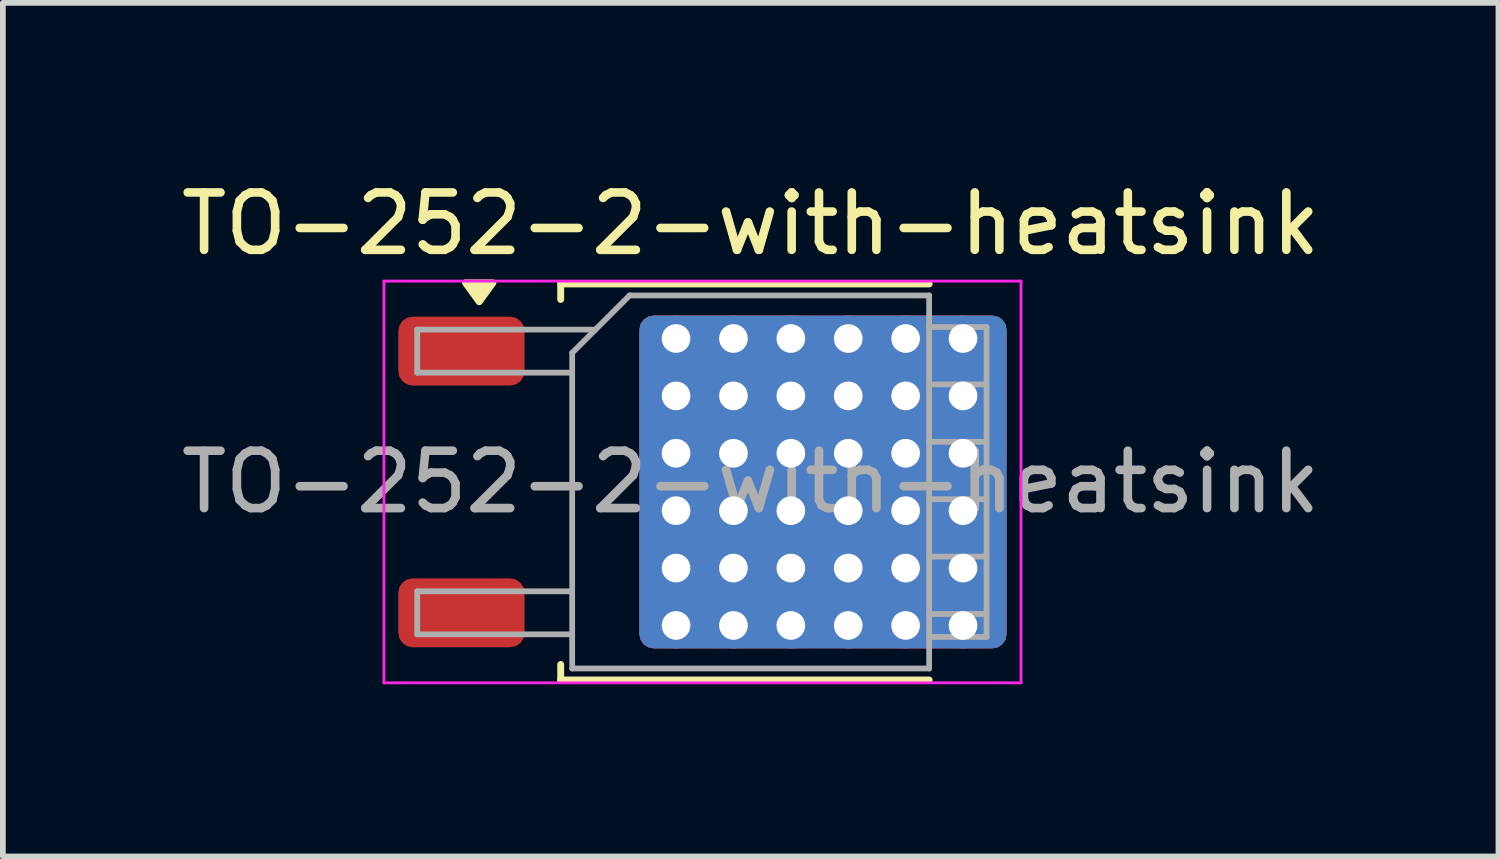
<source format=kicad_pcb>
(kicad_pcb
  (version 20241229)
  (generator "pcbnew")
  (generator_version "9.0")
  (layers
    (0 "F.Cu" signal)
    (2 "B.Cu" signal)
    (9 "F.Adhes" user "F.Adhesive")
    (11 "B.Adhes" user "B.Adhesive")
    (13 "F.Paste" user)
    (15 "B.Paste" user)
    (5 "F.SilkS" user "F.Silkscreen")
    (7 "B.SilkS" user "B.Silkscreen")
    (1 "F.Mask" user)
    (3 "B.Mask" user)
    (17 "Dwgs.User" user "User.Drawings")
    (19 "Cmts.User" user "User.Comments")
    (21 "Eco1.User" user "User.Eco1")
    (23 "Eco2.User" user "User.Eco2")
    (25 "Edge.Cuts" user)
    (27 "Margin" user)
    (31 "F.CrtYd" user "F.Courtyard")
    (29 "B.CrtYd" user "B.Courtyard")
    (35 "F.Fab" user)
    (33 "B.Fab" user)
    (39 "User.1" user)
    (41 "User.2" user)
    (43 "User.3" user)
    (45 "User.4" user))
  (footprint "TO-252-2-with-heatsink"
    (layer "F.Cu")
    (at 10.03 5.348)
    (property "Reference" "TO-252-2-with-heatsink" (at 0 -4.5 0) (layer "F.SilkS") (effects (font (size 1 1) (thickness 0.15))))
    (attr smd)
    (fp_line (start -3.31 -3.45) (end -3.31 -3.18) (stroke (width 0.12) (type solid)) (layer "F.SilkS"))
    (fp_line (start -3.31 3.45) (end -3.31 3.18) (stroke (width 0.12) (type solid)) (layer "F.SilkS"))
    (fp_line (start 3.11 -3.45) (end -3.31 -3.45) (stroke (width 0.12) (type solid)) (layer "F.SilkS"))
    (fp_line (start 3.11 3.45) (end -3.31 3.45) (stroke (width 0.12) (type solid)) (layer "F.SilkS"))
    (fp_poly (pts (xy -4.73 -3.14) (xy -4.97 -3.47) (xy -4.49 -3.47) (xy -4.73 -3.14)) (stroke (width 0.12) (type solid)) (fill yes) (layer "F.SilkS"))
    (fp_line (start -6.39 -3.5) (end -6.39 3.5) (stroke (width 0.05) (type solid)) (layer "F.CrtYd"))
    (fp_line (start -6.39 3.5) (end 4.71 3.5) (stroke (width 0.05) (type solid)) (layer "F.CrtYd"))
    (fp_line (start 4.71 -3.5) (end -6.39 -3.5) (stroke (width 0.05) (type solid)) (layer "F.CrtYd"))
    (fp_line (start 4.71 3.5) (end 4.71 -3.5) (stroke (width 0.05) (type solid)) (layer "F.CrtYd"))
    (fp_line (start -5.81 -2.655) (end -5.81 -1.905) (stroke (width 0.1) (type solid)) (layer "F.Fab"))
    (fp_line (start -5.81 -1.905) (end -3.11 -1.905) (stroke (width 0.1) (type solid)) (layer "F.Fab"))
    (fp_line (start -5.81 1.905) (end -5.81 2.655) (stroke (width 0.1) (type solid)) (layer "F.Fab"))
    (fp_line (start -5.81 2.655) (end -3.11 2.655) (stroke (width 0.1) (type solid)) (layer "F.Fab"))
    (fp_line (start -3.11 -2.25) (end -2.11 -3.25) (stroke (width 0.1) (type solid)) (layer "F.Fab"))
    (fp_line (start -3.11 1.905) (end -5.81 1.905) (stroke (width 0.1) (type solid)) (layer "F.Fab"))
    (fp_line (start -3.11 3.25) (end -3.11 -2.25) (stroke (width 0.1) (type solid)) (layer "F.Fab"))
    (fp_line (start -2.705 -2.655) (end -5.81 -2.655) (stroke (width 0.1) (type solid)) (layer "F.Fab"))
    (fp_line (start -2.11 -3.25) (end 3.11 -3.25) (stroke (width 0.1) (type solid)) (layer "F.Fab"))
    (fp_line (start 3.11 -3.25) (end 3.11 3.25) (stroke (width 0.1) (type solid)) (layer "F.Fab"))
    (fp_line (start 3.11 -2.7) (end 4.11 -2.7) (stroke (width 0.1) (type solid)) (layer "F.Fab"))
    (fp_line (start 3.11 -1.7) (end 4.11 -1.7) (stroke (width 0.1) (type solid)) (layer "F.Fab"))
    (fp_line (start 3.11 -0.7) (end 4.11 -0.7) (stroke (width 0.1) (type solid)) (layer "F.Fab"))
    (fp_line (start 3.11 0.3) (end 4.11 0.3) (stroke (width 0.1) (type solid)) (layer "F.Fab"))
    (fp_line (start 3.11 1.3) (end 4.11 1.3) (stroke (width 0.1) (type solid)) (layer "F.Fab"))
    (fp_line (start 3.11 2.3) (end 4.11 2.3) (stroke (width 0.1) (type solid)) (layer "F.Fab"))
    (fp_line (start 3.11 3.25) (end -3.11 3.25) (stroke (width 0.1) (type solid)) (layer "F.Fab"))
    (fp_line (start 4.11 -2.7) (end 4.11 2.7) (stroke (width 0.1) (type solid)) (layer "F.Fab"))
    (fp_line (start 4.11 2.7) (end 3.11 2.7) (stroke (width 0.1) (type solid)) (layer "F.Fab"))
    (fp_text user "${REFERENCE}" (at 0 0 0) (layer "F.Fab") (effects (font (size 1 1) (thickness 0.15))))
    (pad "1" smd roundrect (at -5.04 -2.28) (size 2.2 1.2) (layers "F.Cu" "F.Mask" "F.Paste") (roundrect_rratio 0.208))
    (pad "2" thru_hole circle (at -1.3 -2.5) (size 0.8 0.8) (drill 0.5) (property pad_prop_heatsink) (layers "*.Cu"))
    (pad "2" thru_hole circle (at -1.3 -1.5) (size 0.8 0.8) (drill 0.5) (property pad_prop_heatsink) (layers "*.Cu"))
    (pad "2" thru_hole circle (at -1.3 -0.5) (size 0.8 0.8) (drill 0.5) (property pad_prop_heatsink) (layers "*.Cu"))
    (pad "2" thru_hole circle (at -1.3 0.5) (size 0.8 0.8) (drill 0.5) (property pad_prop_heatsink) (layers "*.Cu"))
    (pad "2" thru_hole circle (at -1.3 1.5) (size 0.8 0.8) (drill 0.5) (property pad_prop_heatsink) (layers "*.Cu"))
    (pad "2" thru_hole circle (at -1.3 2.5) (size 0.8 0.8) (drill 0.5) (property pad_prop_heatsink) (layers "*.Cu"))
    (pad "2" smd roundrect (at -0.415 -1.525) (size 3.05 2.75) (layers "F.Cu" "F.Paste") (roundrect_rratio 0.091))
    (pad "2" smd roundrect (at -0.415 1.525) (size 3.05 2.75) (layers "F.Cu" "F.Paste") (roundrect_rratio 0.091))
    (pad "2" thru_hole circle (at -0.3 -2.5) (size 0.8 0.8) (drill 0.5) (property pad_prop_heatsink) (layers "*.Cu"))
    (pad "2" thru_hole circle (at -0.3 -1.5) (size 0.8 0.8) (drill 0.5) (property pad_prop_heatsink) (layers "*.Cu"))
    (pad "2" thru_hole circle (at -0.3 -0.5) (size 0.8 0.8) (drill 0.5) (property pad_prop_heatsink) (layers "*.Cu"))
    (pad "2" thru_hole circle (at -0.3 0.5) (size 0.8 0.8) (drill 0.5) (property pad_prop_heatsink) (layers "*.Cu"))
    (pad "2" thru_hole circle (at -0.3 1.5) (size 0.8 0.8) (drill 0.5) (property pad_prop_heatsink) (layers "*.Cu"))
    (pad "2" thru_hole circle (at -0.3 2.5) (size 0.8 0.8) (drill 0.5) (property pad_prop_heatsink) (layers "*.Cu"))
    (pad "2" thru_hole circle (at 0.7 -2.5) (size 0.8 0.8) (drill 0.5) (property pad_prop_heatsink) (layers "*.Cu"))
    (pad "2" thru_hole circle (at 0.7 -1.5) (size 0.8 0.8) (drill 0.5) (property pad_prop_heatsink) (layers "*.Cu"))
    (pad "2" thru_hole circle (at 0.7 -0.5) (size 0.8 0.8) (drill 0.5) (property pad_prop_heatsink) (layers "*.Cu"))
    (pad "2" thru_hole circle (at 0.7 0.5) (size 0.8 0.8) (drill 0.5) (property pad_prop_heatsink) (layers "*.Cu"))
    (pad "2" thru_hole circle (at 0.7 1.5) (size 0.8 0.8) (drill 0.5) (property pad_prop_heatsink) (layers "*.Cu"))
    (pad "2" thru_hole circle (at 0.7 2.5) (size 0.8 0.8) (drill 0.5) (property pad_prop_heatsink) (layers "*.Cu"))
    (pad "2" smd roundrect (at 1.26 0) (size 6.4 5.8) (layers "F.Cu" "F.Mask") (roundrect_rratio 0.043))
    (pad "2" smd roundrect (at 1.26 0) (size 6.4 5.8) (layers "B.Cu") (roundrect_rratio 0.043))
    (pad "2" thru_hole circle (at 1.7 -2.5) (size 0.8 0.8) (drill 0.5) (property pad_prop_heatsink) (layers "*.Cu"))
    (pad "2" thru_hole circle (at 1.7 -1.5) (size 0.8 0.8) (drill 0.5) (property pad_prop_heatsink) (layers "*.Cu"))
    (pad "2" thru_hole circle (at 1.7 -0.5) (size 0.8 0.8) (drill 0.5) (property pad_prop_heatsink) (layers "*.Cu"))
    (pad "2" thru_hole circle (at 1.7 0.5) (size 0.8 0.8) (drill 0.5) (property pad_prop_heatsink) (layers "*.Cu"))
    (pad "2" thru_hole circle (at 1.7 1.5) (size 0.8 0.8) (drill 0.5) (property pad_prop_heatsink) (layers "*.Cu"))
    (pad "2" thru_hole circle (at 1.7 2.5) (size 0.8 0.8) (drill 0.5) (property pad_prop_heatsink) (layers "*.Cu"))
    (pad "2" thru_hole circle (at 2.7 -2.5) (size 0.8 0.8) (drill 0.5) (property pad_prop_heatsink) (layers "*.Cu"))
    (pad "2" thru_hole circle (at 2.7 -1.5) (size 0.8 0.8) (drill 0.5) (property pad_prop_heatsink) (layers "*.Cu"))
    (pad "2" thru_hole circle (at 2.7 -0.5) (size 0.8 0.8) (drill 0.5) (property pad_prop_heatsink) (layers "*.Cu"))
    (pad "2" thru_hole circle (at 2.7 0.5) (size 0.8 0.8) (drill 0.5) (property pad_prop_heatsink) (layers "*.Cu"))
    (pad "2" thru_hole circle (at 2.7 1.5) (size 0.8 0.8) (drill 0.5) (property pad_prop_heatsink) (layers "*.Cu"))
    (pad "2" thru_hole circle (at 2.7 2.5) (size 0.8 0.8) (drill 0.5) (property pad_prop_heatsink) (layers "*.Cu"))
    (pad "2" smd roundrect (at 2.935 -1.525) (size 3.05 2.75) (layers "F.Cu" "F.Paste") (roundrect_rratio 0.091))
    (pad "2" smd roundrect (at 2.935 1.525) (size 3.05 2.75) (layers "F.Cu" "F.Paste") (roundrect_rratio 0.091))
    (pad "2" thru_hole circle (at 3.7 -2.5) (size 0.8 0.8) (drill 0.5) (property pad_prop_heatsink) (layers "*.Cu"))
    (pad "2" thru_hole circle (at 3.7 -1.5) (size 0.8 0.8) (drill 0.5) (property pad_prop_heatsink) (layers "*.Cu"))
    (pad "2" thru_hole circle (at 3.7 -0.5) (size 0.8 0.8) (drill 0.5) (property pad_prop_heatsink) (layers "*.Cu"))
    (pad "2" thru_hole circle (at 3.7 0.5) (size 0.8 0.8) (drill 0.5) (property pad_prop_heatsink) (layers "*.Cu"))
    (pad "2" thru_hole circle (at 3.7 1.5) (size 0.8 0.8) (drill 0.5) (property pad_prop_heatsink) (layers "*.Cu"))
    (pad "2" thru_hole circle (at 3.7 2.5) (size 0.8 0.8) (drill 0.5) (property pad_prop_heatsink) (layers "*.Cu"))
    (pad "3" smd roundrect (at -5.04 2.28) (size 2.2 1.2) (layers "F.Cu" "F.Mask" "F.Paste") (roundrect_rratio 0.208)))
  (gr_rect
    (start -3 -3)
    (end 23.06 11.873)
    (stroke (width 0.1) (type default))
    (fill no)
    (layer "Edge.Cuts")))
</source>
